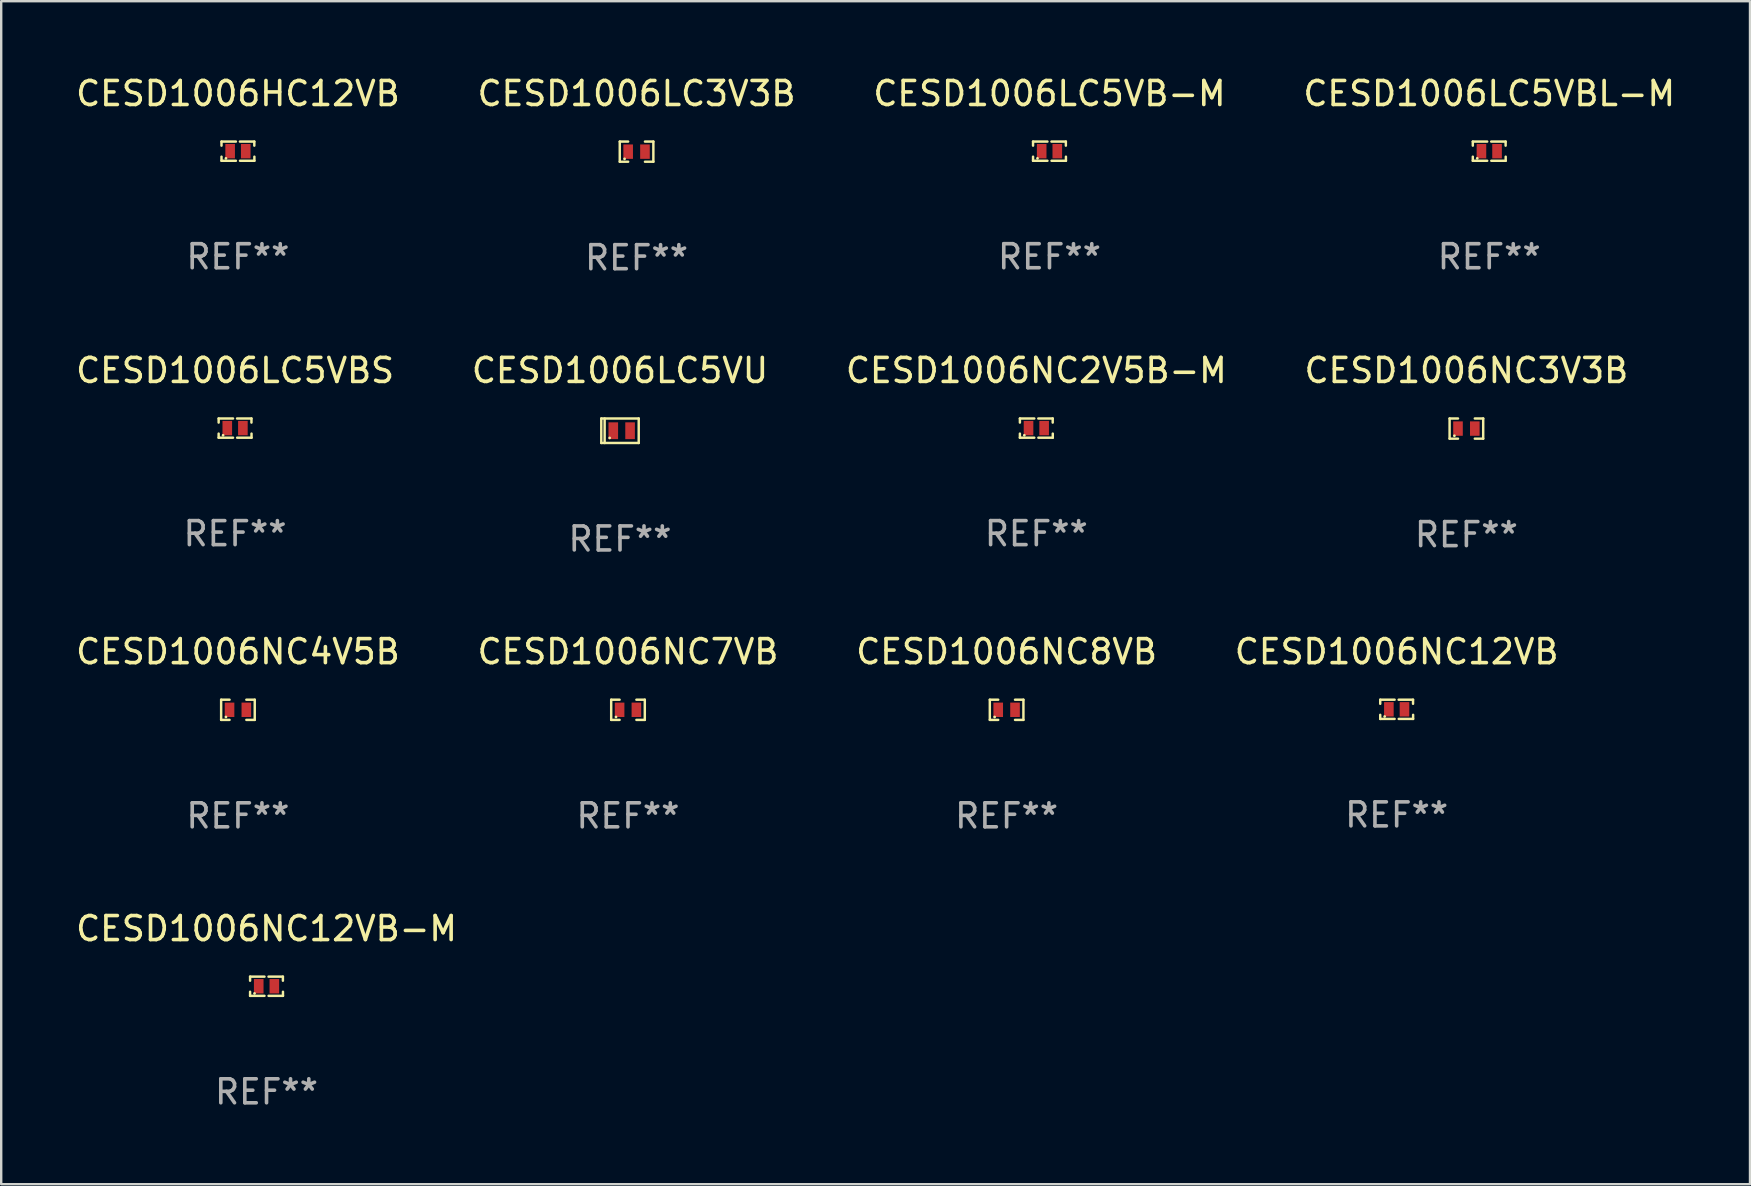
<source format=kicad_pcb>
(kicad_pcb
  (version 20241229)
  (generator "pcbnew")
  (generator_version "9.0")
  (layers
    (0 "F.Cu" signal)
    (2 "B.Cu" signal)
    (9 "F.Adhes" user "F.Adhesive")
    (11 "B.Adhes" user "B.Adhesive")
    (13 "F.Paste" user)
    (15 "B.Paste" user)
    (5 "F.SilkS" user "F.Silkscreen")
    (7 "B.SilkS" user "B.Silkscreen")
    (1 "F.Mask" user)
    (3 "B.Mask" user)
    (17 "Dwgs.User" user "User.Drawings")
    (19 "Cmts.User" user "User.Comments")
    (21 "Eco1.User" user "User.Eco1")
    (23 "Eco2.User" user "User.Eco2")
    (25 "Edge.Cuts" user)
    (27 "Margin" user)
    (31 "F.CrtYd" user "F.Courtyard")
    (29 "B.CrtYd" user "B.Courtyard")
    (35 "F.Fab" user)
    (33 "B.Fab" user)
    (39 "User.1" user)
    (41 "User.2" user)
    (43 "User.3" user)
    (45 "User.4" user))
  (footprint "CESD1006NC12VB-M"
    (layer "F.Cu")
    (at 8.054 38.038)
    (property "Reference" "CESD1006NC12VB-M" (at 0 -2.4 0) (layer "F.SilkS") (effects (font (size 1 1) (thickness 0.15))))
    (attr through_hole)
    (fp_line (start -0.685 -0.4) (end -0.685 -0.23) (stroke (width 0.102) (type solid)) (layer "F.SilkS"))
    (fp_line (start -0.685 0.4) (end -0.685 0.23) (stroke (width 0.102) (type solid)) (layer "F.SilkS"))
    (fp_line (start -0.085 -0.4) (end -0.685 -0.4) (stroke (width 0.102) (type solid)) (layer "F.SilkS"))
    (fp_line (start -0.085 0.4) (end -0.685 0.4) (stroke (width 0.102) (type solid)) (layer "F.SilkS"))
    (fp_line (start 0.082 -0.4) (end 0.682 -0.4) (stroke (width 0.102) (type solid)) (layer "F.SilkS"))
    (fp_line (start 0.085 0.4) (end 0.685 0.4) (stroke (width 0.102) (type solid)) (layer "F.SilkS"))
    (fp_line (start 0.682 -0.4) (end 0.682 -0.23) (stroke (width 0.102) (type solid)) (layer "F.SilkS"))
    (fp_line (start 0.685 0.4) (end 0.685 0.23) (stroke (width 0.102) (type solid)) (layer "F.SilkS"))
    (fp_circle (center -0.5 0.3) (end -0.47 0.3) (stroke (width 0.06) (type solid)) (fill no) (layer "F.SilkS"))
    (fp_text user "REF**" (at 0 4.4 0) (layer "F.Fab") (effects (font (size 1 1) (thickness 0.15))))
    (pad "1" smd rect (at -0.325 0) (size 0.4 0.6) (layers "F.Cu" "F.Mask" "F.Paste"))
    (pad "2" smd rect (at 0.325 0) (size 0.4 0.6) (layers "F.Cu" "F.Mask" "F.Paste")))
  (footprint "CESD1006LC5VB-M"
    (layer "F.Cu")
    (at 40.673 3.248)
    (property "Reference" "CESD1006LC5VB-M" (at 0 -2.4 0) (layer "F.SilkS") (effects (font (size 1 1) (thickness 0.15))))
    (attr through_hole)
    (fp_line (start -0.685 -0.4) (end -0.685 -0.23) (stroke (width 0.102) (type solid)) (layer "F.SilkS"))
    (fp_line (start -0.685 0.4) (end -0.685 0.23) (stroke (width 0.102) (type solid)) (layer "F.SilkS"))
    (fp_line (start -0.085 -0.4) (end -0.685 -0.4) (stroke (width 0.102) (type solid)) (layer "F.SilkS"))
    (fp_line (start -0.085 0.4) (end -0.685 0.4) (stroke (width 0.102) (type solid)) (layer "F.SilkS"))
    (fp_line (start 0.082 -0.4) (end 0.682 -0.4) (stroke (width 0.102) (type solid)) (layer "F.SilkS"))
    (fp_line (start 0.085 0.4) (end 0.685 0.4) (stroke (width 0.102) (type solid)) (layer "F.SilkS"))
    (fp_line (start 0.682 -0.4) (end 0.682 -0.23) (stroke (width 0.102) (type solid)) (layer "F.SilkS"))
    (fp_line (start 0.685 0.4) (end 0.685 0.23) (stroke (width 0.102) (type solid)) (layer "F.SilkS"))
    (fp_circle (center -0.5 0.3) (end -0.47 0.3) (stroke (width 0.06) (type solid)) (fill no) (layer "F.SilkS"))
    (fp_text user "REF**" (at 0 4.4 0) (layer "F.Fab") (effects (font (size 1 1) (thickness 0.15))))
    (pad "1" smd rect (at -0.325 0) (size 0.4 0.6) (layers "F.Cu" "F.Mask" "F.Paste"))
    (pad "2" smd rect (at 0.325 0) (size 0.4 0.6) (layers "F.Cu" "F.Mask" "F.Paste")))
  (footprint "CESD1006LC5VBL-M"
    (layer "F.Cu")
    (at 58.994 3.248)
    (property "Reference" "CESD1006LC5VBL-M" (at 0 -2.4 0) (layer "F.SilkS") (effects (font (size 1 1) (thickness 0.15))))
    (attr through_hole)
    (fp_line (start -0.685 -0.4) (end -0.685 -0.23) (stroke (width 0.102) (type solid)) (layer "F.SilkS"))
    (fp_line (start -0.685 0.4) (end -0.685 0.23) (stroke (width 0.102) (type solid)) (layer "F.SilkS"))
    (fp_line (start -0.085 -0.4) (end -0.685 -0.4) (stroke (width 0.102) (type solid)) (layer "F.SilkS"))
    (fp_line (start -0.085 0.4) (end -0.685 0.4) (stroke (width 0.102) (type solid)) (layer "F.SilkS"))
    (fp_line (start 0.082 -0.4) (end 0.682 -0.4) (stroke (width 0.102) (type solid)) (layer "F.SilkS"))
    (fp_line (start 0.085 0.4) (end 0.685 0.4) (stroke (width 0.102) (type solid)) (layer "F.SilkS"))
    (fp_line (start 0.682 -0.4) (end 0.682 -0.23) (stroke (width 0.102) (type solid)) (layer "F.SilkS"))
    (fp_line (start 0.685 0.4) (end 0.685 0.23) (stroke (width 0.102) (type solid)) (layer "F.SilkS"))
    (fp_circle (center -0.5 0.3) (end -0.47 0.3) (stroke (width 0.06) (type solid)) (fill no) (layer "F.SilkS"))
    (fp_text user "REF**" (at 0 4.4 0) (layer "F.Fab") (effects (font (size 1 1) (thickness 0.15))))
    (pad "1" smd rect (at -0.325 0) (size 0.4 0.6) (layers "F.Cu" "F.Mask" "F.Paste"))
    (pad "2" smd rect (at 0.325 0) (size 0.4 0.6) (layers "F.Cu" "F.Mask" "F.Paste")))
  (footprint "CESD1006NC8VB"
    (layer "F.Cu")
    (at 38.887 26.521)
    (property "Reference" "CESD1006NC8VB" (at 0 -2.42 0) (layer "F.SilkS") (effects (font (size 1 1) (thickness 0.15))))
    (attr through_hole)
    (fp_line (start -0.7 -0.42) (end -0.7 0.42) (stroke (width 0.102) (type solid)) (layer "F.SilkS"))
    (fp_line (start -0.7 0.42) (end -0.35 0.42) (stroke (width 0.102) (type solid)) (layer "F.SilkS"))
    (fp_line (start -0.35 -0.42) (end -0.7 -0.42) (stroke (width 0.102) (type solid)) (layer "F.SilkS"))
    (fp_line (start 0.35 0.42) (end 0.7 0.42) (stroke (width 0.102) (type solid)) (layer "F.SilkS"))
    (fp_line (start 0.7 -0.42) (end 0.35 -0.42) (stroke (width 0.102) (type solid)) (layer "F.SilkS"))
    (fp_line (start 0.7 0.42) (end 0.7 -0.42) (stroke (width 0.102) (type solid)) (layer "F.SilkS"))
    (fp_circle (center -0.5 0.3) (end -0.47 0.3) (stroke (width 0.06) (type solid)) (fill no) (layer "F.SilkS"))
    (fp_text user "REF**" (at 0 4.42 0) (layer "F.Fab") (effects (font (size 1 1) (thickness 0.15))))
    (pad "1" smd rect (at -0.35 0) (size 0.4 0.6) (layers "F.Cu" "F.Mask" "F.Paste"))
    (pad "2" smd rect (at 0.35 0) (size 0.4 0.6) (layers "F.Cu" "F.Mask" "F.Paste")))
  (footprint "CESD1006HC12VB"
    (layer "F.Cu")
    (at 6.863 3.248)
    (property "Reference" "CESD1006HC12VB" (at 0 -2.4 0) (layer "F.SilkS") (effects (font (size 1 1) (thickness 0.15))))
    (attr through_hole)
    (fp_line (start -0.685 -0.4) (end -0.685 -0.23) (stroke (width 0.102) (type solid)) (layer "F.SilkS"))
    (fp_line (start -0.685 0.4) (end -0.685 0.23) (stroke (width 0.102) (type solid)) (layer "F.SilkS"))
    (fp_line (start -0.085 -0.4) (end -0.685 -0.4) (stroke (width 0.102) (type solid)) (layer "F.SilkS"))
    (fp_line (start -0.085 0.4) (end -0.685 0.4) (stroke (width 0.102) (type solid)) (layer "F.SilkS"))
    (fp_line (start 0.082 -0.4) (end 0.682 -0.4) (stroke (width 0.102) (type solid)) (layer "F.SilkS"))
    (fp_line (start 0.085 0.4) (end 0.685 0.4) (stroke (width 0.102) (type solid)) (layer "F.SilkS"))
    (fp_line (start 0.682 -0.4) (end 0.682 -0.23) (stroke (width 0.102) (type solid)) (layer "F.SilkS"))
    (fp_line (start 0.685 0.4) (end 0.685 0.23) (stroke (width 0.102) (type solid)) (layer "F.SilkS"))
    (fp_circle (center -0.5 0.3) (end -0.47 0.3) (stroke (width 0.06) (type solid)) (fill no) (layer "F.SilkS"))
    (fp_text user "REF**" (at 0 4.4 0) (layer "F.Fab") (effects (font (size 1 1) (thickness 0.15))))
    (pad "1" smd rect (at -0.325 0) (size 0.4 0.6) (layers "F.Cu" "F.Mask" "F.Paste"))
    (pad "2" smd rect (at 0.325 0) (size 0.4 0.6) (layers "F.Cu" "F.Mask" "F.Paste")))
  (footprint "CESD1006NC3V3B"
    (layer "F.Cu")
    (at 58.042 14.805)
    (property "Reference" "CESD1006NC3V3B" (at 0 -2.42 0) (layer "F.SilkS") (effects (font (size 1 1) (thickness 0.15))))
    (attr through_hole)
    (fp_line (start -0.7 -0.42) (end -0.7 0.42) (stroke (width 0.102) (type solid)) (layer "F.SilkS"))
    (fp_line (start -0.7 0.42) (end -0.35 0.42) (stroke (width 0.102) (type solid)) (layer "F.SilkS"))
    (fp_line (start -0.35 -0.42) (end -0.7 -0.42) (stroke (width 0.102) (type solid)) (layer "F.SilkS"))
    (fp_line (start 0.35 0.42) (end 0.7 0.42) (stroke (width 0.102) (type solid)) (layer "F.SilkS"))
    (fp_line (start 0.7 -0.42) (end 0.35 -0.42) (stroke (width 0.102) (type solid)) (layer "F.SilkS"))
    (fp_line (start 0.7 0.42) (end 0.7 -0.42) (stroke (width 0.102) (type solid)) (layer "F.SilkS"))
    (fp_circle (center -0.5 0.3) (end -0.47 0.3) (stroke (width 0.06) (type solid)) (fill no) (layer "F.SilkS"))
    (fp_text user "REF**" (at 0 4.42 0) (layer "F.Fab") (effects (font (size 1 1) (thickness 0.15))))
    (pad "1" smd rect (at -0.35 0) (size 0.4 0.6) (layers "F.Cu" "F.Mask" "F.Paste"))
    (pad "2" smd rect (at 0.35 0) (size 0.4 0.6) (layers "F.Cu" "F.Mask" "F.Paste")))
  (footprint "CESD1006LC3V3B"
    (layer "F.Cu")
    (at 23.47 3.268)
    (property "Reference" "CESD1006LC3V3B" (at 0 -2.42 0) (layer "F.SilkS") (effects (font (size 1 1) (thickness 0.15))))
    (attr through_hole)
    (fp_line (start -0.7 -0.42) (end -0.7 0.42) (stroke (width 0.102) (type solid)) (layer "F.SilkS"))
    (fp_line (start -0.7 0.42) (end -0.35 0.42) (stroke (width 0.102) (type solid)) (layer "F.SilkS"))
    (fp_line (start -0.35 -0.42) (end -0.7 -0.42) (stroke (width 0.102) (type solid)) (layer "F.SilkS"))
    (fp_line (start 0.35 0.42) (end 0.7 0.42) (stroke (width 0.102) (type solid)) (layer "F.SilkS"))
    (fp_line (start 0.7 -0.42) (end 0.35 -0.42) (stroke (width 0.102) (type solid)) (layer "F.SilkS"))
    (fp_line (start 0.7 0.42) (end 0.7 -0.42) (stroke (width 0.102) (type solid)) (layer "F.SilkS"))
    (fp_circle (center -0.5 0.3) (end -0.47 0.3) (stroke (width 0.06) (type solid)) (fill no) (layer "F.SilkS"))
    (fp_text user "REF**" (at 0 4.42 0) (layer "F.Fab") (effects (font (size 1 1) (thickness 0.15))))
    (pad "1" smd rect (at -0.35 0) (size 0.4 0.6) (layers "F.Cu" "F.Mask" "F.Paste"))
    (pad "2" smd rect (at 0.35 0) (size 0.4 0.6) (layers "F.Cu" "F.Mask" "F.Paste")))
  (footprint "CESD1006NC4V5B"
    (layer "F.Cu")
    (at 6.863 26.521)
    (property "Reference" "CESD1006NC4V5B" (at 0 -2.42 0) (layer "F.SilkS") (effects (font (size 1 1) (thickness 0.15))))
    (attr through_hole)
    (fp_line (start -0.7 -0.42) (end -0.7 0.42) (stroke (width 0.102) (type solid)) (layer "F.SilkS"))
    (fp_line (start -0.7 0.42) (end -0.35 0.42) (stroke (width 0.102) (type solid)) (layer "F.SilkS"))
    (fp_line (start -0.35 -0.42) (end -0.7 -0.42) (stroke (width 0.102) (type solid)) (layer "F.SilkS"))
    (fp_line (start 0.35 0.42) (end 0.7 0.42) (stroke (width 0.102) (type solid)) (layer "F.SilkS"))
    (fp_line (start 0.7 -0.42) (end 0.35 -0.42) (stroke (width 0.102) (type solid)) (layer "F.SilkS"))
    (fp_line (start 0.7 0.42) (end 0.7 -0.42) (stroke (width 0.102) (type solid)) (layer "F.SilkS"))
    (fp_circle (center -0.5 0.3) (end -0.47 0.3) (stroke (width 0.06) (type solid)) (fill no) (layer "F.SilkS"))
    (fp_text user "REF**" (at 0 4.42 0) (layer "F.Fab") (effects (font (size 1 1) (thickness 0.15))))
    (pad "1" smd rect (at -0.35 0) (size 0.4 0.6) (layers "F.Cu" "F.Mask" "F.Paste"))
    (pad "2" smd rect (at 0.35 0) (size 0.4 0.6) (layers "F.Cu" "F.Mask" "F.Paste")))
  (footprint "CESD1006NC2V5B-M"
    (layer "F.Cu")
    (at 40.125 14.785)
    (property "Reference" "CESD1006NC2V5B-M" (at 0 -2.4 0) (layer "F.SilkS") (effects (font (size 1 1) (thickness 0.15))))
    (attr through_hole)
    (fp_line (start -0.685 -0.4) (end -0.685 -0.23) (stroke (width 0.102) (type solid)) (layer "F.SilkS"))
    (fp_line (start -0.685 0.4) (end -0.685 0.23) (stroke (width 0.102) (type solid)) (layer "F.SilkS"))
    (fp_line (start -0.085 -0.4) (end -0.685 -0.4) (stroke (width 0.102) (type solid)) (layer "F.SilkS"))
    (fp_line (start -0.085 0.4) (end -0.685 0.4) (stroke (width 0.102) (type solid)) (layer "F.SilkS"))
    (fp_line (start 0.082 -0.4) (end 0.682 -0.4) (stroke (width 0.102) (type solid)) (layer "F.SilkS"))
    (fp_line (start 0.085 0.4) (end 0.685 0.4) (stroke (width 0.102) (type solid)) (layer "F.SilkS"))
    (fp_line (start 0.682 -0.4) (end 0.682 -0.23) (stroke (width 0.102) (type solid)) (layer "F.SilkS"))
    (fp_line (start 0.685 0.4) (end 0.685 0.23) (stroke (width 0.102) (type solid)) (layer "F.SilkS"))
    (fp_circle (center -0.5 0.3) (end -0.47 0.3) (stroke (width 0.06) (type solid)) (fill no) (layer "F.SilkS"))
    (fp_text user "REF**" (at 0 4.4 0) (layer "F.Fab") (effects (font (size 1 1) (thickness 0.15))))
    (pad "1" smd rect (at -0.325 0) (size 0.4 0.6) (layers "F.Cu" "F.Mask" "F.Paste"))
    (pad "2" smd rect (at 0.325 0) (size 0.4 0.6) (layers "F.Cu" "F.Mask" "F.Paste")))
  (footprint "CESD1006LC5VU"
    (layer "F.Cu")
    (at 22.78 14.895)
    (property "Reference" "CESD1006LC5VU" (at 0 -2.51 0) (layer "F.SilkS") (effects (font (size 1 1) (thickness 0.15))))
    (attr through_hole)
    (fp_line (start -0.78 -0.51) (end -0.78 0.51) (stroke (width 0.102) (type solid)) (layer "F.SilkS"))
    (fp_line (start -0.78 -0.51) (end 0.78 -0.51) (stroke (width 0.102) (type solid)) (layer "F.SilkS"))
    (fp_line (start -0.78 0.51) (end 0.78 0.51) (stroke (width 0.102) (type solid)) (layer "F.SilkS"))
    (fp_line (start -0.64 -0.51) (end -0.64 0.51) (stroke (width 0.102) (type solid)) (layer "F.SilkS"))
    (fp_line (start 0.78 -0.51) (end 0.78 0.51) (stroke (width 0.102) (type solid)) (layer "F.SilkS"))
    (fp_circle (center -0.43 0.3) (end -0.4 0.3) (stroke (width 0.06) (type solid)) (fill no) (layer "F.SilkS"))
    (fp_text user "REF**" (at 0 4.51 0) (layer "F.Fab") (effects (font (size 1 1) (thickness 0.15))))
    (pad "1" smd rect (at -0.28 0) (size 0.4 0.7) (layers "F.Cu" "F.Mask" "F.Paste"))
    (pad "2" smd rect (at 0.42 0) (size 0.4 0.7) (layers "F.Cu" "F.Mask" "F.Paste")))
  (footprint "CESD1006NC7VB"
    (layer "F.Cu")
    (at 23.113 26.521)
    (property "Reference" "CESD1006NC7VB" (at 0 -2.42 0) (layer "F.SilkS") (effects (font (size 1 1) (thickness 0.15))))
    (attr through_hole)
    (fp_line (start -0.7 -0.42) (end -0.7 0.42) (stroke (width 0.102) (type solid)) (layer "F.SilkS"))
    (fp_line (start -0.7 0.42) (end -0.35 0.42) (stroke (width 0.102) (type solid)) (layer "F.SilkS"))
    (fp_line (start -0.35 -0.42) (end -0.7 -0.42) (stroke (width 0.102) (type solid)) (layer "F.SilkS"))
    (fp_line (start 0.35 0.42) (end 0.7 0.42) (stroke (width 0.102) (type solid)) (layer "F.SilkS"))
    (fp_line (start 0.7 -0.42) (end 0.35 -0.42) (stroke (width 0.102) (type solid)) (layer "F.SilkS"))
    (fp_line (start 0.7 0.42) (end 0.7 -0.42) (stroke (width 0.102) (type solid)) (layer "F.SilkS"))
    (fp_circle (center -0.5 0.3) (end -0.47 0.3) (stroke (width 0.06) (type solid)) (fill no) (layer "F.SilkS"))
    (fp_text user "REF**" (at 0 4.42 0) (layer "F.Fab") (effects (font (size 1 1) (thickness 0.15))))
    (pad "1" smd rect (at -0.35 0) (size 0.4 0.6) (layers "F.Cu" "F.Mask" "F.Paste"))
    (pad "2" smd rect (at 0.35 0) (size 0.4 0.6) (layers "F.Cu" "F.Mask" "F.Paste")))
  (footprint "CESD1006LC5VBS"
    (layer "F.Cu")
    (at 6.744 14.785)
    (property "Reference" "CESD1006LC5VBS" (at 0 -2.4 0) (layer "F.SilkS") (effects (font (size 1 1) (thickness 0.15))))
    (attr through_hole)
    (fp_line (start -0.685 -0.4) (end -0.685 -0.23) (stroke (width 0.102) (type solid)) (layer "F.SilkS"))
    (fp_line (start -0.685 0.4) (end -0.685 0.23) (stroke (width 0.102) (type solid)) (layer "F.SilkS"))
    (fp_line (start -0.085 -0.4) (end -0.685 -0.4) (stroke (width 0.102) (type solid)) (layer "F.SilkS"))
    (fp_line (start -0.085 0.4) (end -0.685 0.4) (stroke (width 0.102) (type solid)) (layer "F.SilkS"))
    (fp_line (start 0.082 -0.4) (end 0.682 -0.4) (stroke (width 0.102) (type solid)) (layer "F.SilkS"))
    (fp_line (start 0.085 0.4) (end 0.685 0.4) (stroke (width 0.102) (type solid)) (layer "F.SilkS"))
    (fp_line (start 0.682 -0.4) (end 0.682 -0.23) (stroke (width 0.102) (type solid)) (layer "F.SilkS"))
    (fp_line (start 0.685 0.4) (end 0.685 0.23) (stroke (width 0.102) (type solid)) (layer "F.SilkS"))
    (fp_circle (center -0.5 0.3) (end -0.47 0.3) (stroke (width 0.06) (type solid)) (fill no) (layer "F.SilkS"))
    (fp_text user "REF**" (at 0 4.4 0) (layer "F.Fab") (effects (font (size 1 1) (thickness 0.15))))
    (pad "1" smd rect (at -0.325 0) (size 0.4 0.6) (layers "F.Cu" "F.Mask" "F.Paste"))
    (pad "2" smd rect (at 0.325 0) (size 0.4 0.6) (layers "F.Cu" "F.Mask" "F.Paste")))
  (footprint "CESD1006NC12VB"
    (layer "F.Cu")
    (at 55.137 26.501)
    (property "Reference" "CESD1006NC12VB" (at 0 -2.4 0) (layer "F.SilkS") (effects (font (size 1 1) (thickness 0.15))))
    (attr through_hole)
    (fp_line (start -0.685 -0.4) (end -0.685 -0.23) (stroke (width 0.102) (type solid)) (layer "F.SilkS"))
    (fp_line (start -0.685 0.4) (end -0.685 0.23) (stroke (width 0.102) (type solid)) (layer "F.SilkS"))
    (fp_line (start -0.085 -0.4) (end -0.685 -0.4) (stroke (width 0.102) (type solid)) (layer "F.SilkS"))
    (fp_line (start -0.085 0.4) (end -0.685 0.4) (stroke (width 0.102) (type solid)) (layer "F.SilkS"))
    (fp_line (start 0.082 -0.4) (end 0.682 -0.4) (stroke (width 0.102) (type solid)) (layer "F.SilkS"))
    (fp_line (start 0.085 0.4) (end 0.685 0.4) (stroke (width 0.102) (type solid)) (layer "F.SilkS"))
    (fp_line (start 0.682 -0.4) (end 0.682 -0.23) (stroke (width 0.102) (type solid)) (layer "F.SilkS"))
    (fp_line (start 0.685 0.4) (end 0.685 0.23) (stroke (width 0.102) (type solid)) (layer "F.SilkS"))
    (fp_circle (center -0.5 0.3) (end -0.47 0.3) (stroke (width 0.06) (type solid)) (fill no) (layer "F.SilkS"))
    (fp_text user "REF**" (at 0 4.4 0) (layer "F.Fab") (effects (font (size 1 1) (thickness 0.15))))
    (pad "1" smd rect (at -0.325 0) (size 0.4 0.6) (layers "F.Cu" "F.Mask" "F.Paste"))
    (pad "2" smd rect (at 0.325 0) (size 0.4 0.6) (layers "F.Cu" "F.Mask" "F.Paste")))
  (gr_rect
    (start -3 -3)
    (end 69.857 46.286)
    (stroke (width 0.1) (type default))
    (fill no)
    (layer "Edge.Cuts")))
</source>
